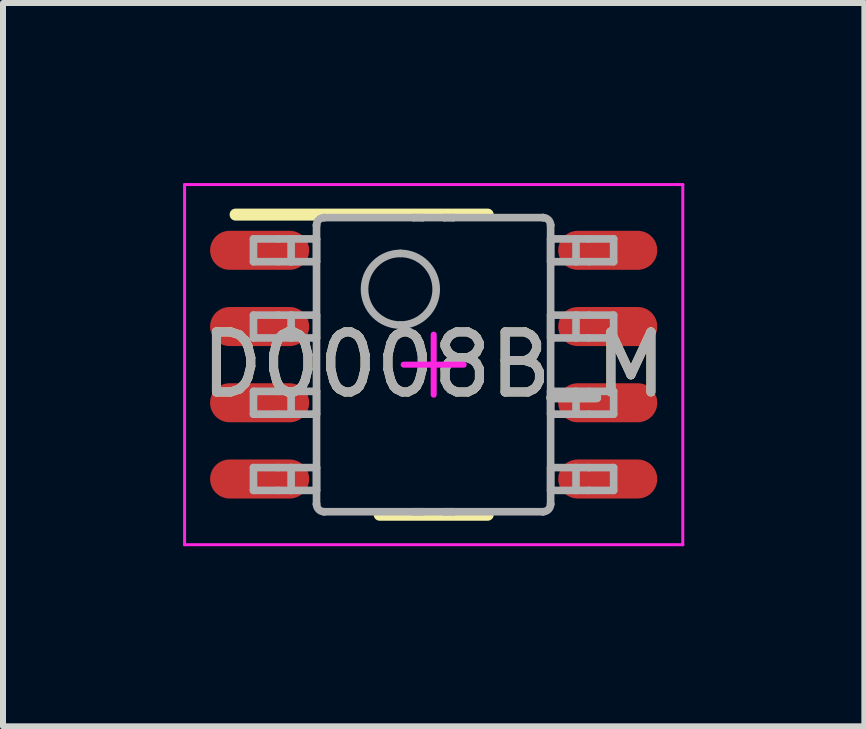
<source format=kicad_pcb>
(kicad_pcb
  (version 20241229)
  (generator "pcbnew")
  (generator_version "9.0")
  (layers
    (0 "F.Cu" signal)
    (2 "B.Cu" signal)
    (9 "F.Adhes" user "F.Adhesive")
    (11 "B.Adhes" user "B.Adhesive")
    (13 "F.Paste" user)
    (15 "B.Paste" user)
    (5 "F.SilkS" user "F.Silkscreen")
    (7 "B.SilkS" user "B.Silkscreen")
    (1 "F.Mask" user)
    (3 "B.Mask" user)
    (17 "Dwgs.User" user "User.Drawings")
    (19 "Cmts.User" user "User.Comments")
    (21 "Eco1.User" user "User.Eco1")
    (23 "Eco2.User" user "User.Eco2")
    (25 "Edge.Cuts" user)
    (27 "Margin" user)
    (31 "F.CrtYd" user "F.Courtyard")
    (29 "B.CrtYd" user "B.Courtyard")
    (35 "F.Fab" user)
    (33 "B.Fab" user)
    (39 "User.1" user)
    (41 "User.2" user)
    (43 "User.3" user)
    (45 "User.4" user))
  (footprint "D0008B_M"
    (layer "F.Cu")
    (at 4.175 3.025)
    (property "Reference" "D0008B_M" (at 0 0 0) (unlocked yes) (layer "F.SilkS") (effects (font (size 1 1) (thickness 0.15))))
    (attr smd)
    (fp_line (start -3.3 -2.5) (end 0.9 -2.5) (stroke (width 0.2) (type solid)) (layer "F.SilkS"))
    (fp_line (start -0.9 2.5) (end 0.9 2.5) (stroke (width 0.2) (type solid)) (layer "F.SilkS"))
    (fp_line (start -4.15 -3) (end 4.15 -3) (stroke (width 0.05) (type solid)) (layer "F.CrtYd"))
    (fp_line (start -4.15 3) (end -4.15 -3) (stroke (width 0.05) (type solid)) (layer "F.CrtYd"))
    (fp_line (start -4.15 3) (end 4.15 3) (stroke (width 0.05) (type solid)) (layer "F.CrtYd"))
    (fp_line (start -0.5 0) (end 0.5 0) (stroke (width 0.1) (type solid)) (layer "F.CrtYd"))
    (fp_line (start 0 0.5) (end 0 -0.5) (stroke (width 0.1) (type solid)) (layer "F.CrtYd"))
    (fp_line (start 4.15 3) (end 4.15 -3) (stroke (width 0.05) (type solid)) (layer "F.CrtYd"))
    (fp_line (start -3.002 -2.095) (end -2.589 -2.095) (stroke (width 0.127) (type solid)) (layer "F.Fab"))
    (fp_line (start -3.002 -1.715) (end -3.002 -2.095) (stroke (width 0.127) (type solid)) (layer "F.Fab"))
    (fp_line (start -3.002 -1.715) (end -2.589 -1.715) (stroke (width 0.127) (type solid)) (layer "F.Fab"))
    (fp_line (start -3.002 -0.825) (end -2.589 -0.825) (stroke (width 0.127) (type solid)) (layer "F.Fab"))
    (fp_line (start -3.002 -0.445) (end -3.002 -0.825) (stroke (width 0.127) (type solid)) (layer "F.Fab"))
    (fp_line (start -3.002 -0.445) (end -2.589 -0.445) (stroke (width 0.127) (type solid)) (layer "F.Fab"))
    (fp_line (start -3.002 0.445) (end -2.589 0.445) (stroke (width 0.127) (type solid)) (layer "F.Fab"))
    (fp_line (start -3.002 0.825) (end -3.002 0.445) (stroke (width 0.127) (type solid)) (layer "F.Fab"))
    (fp_line (start -3.002 0.825) (end -2.589 0.825) (stroke (width 0.127) (type solid)) (layer "F.Fab"))
    (fp_line (start -3.002 1.715) (end -2.589 1.715) (stroke (width 0.127) (type solid)) (layer "F.Fab"))
    (fp_line (start -3.002 2.095) (end -3.002 1.715) (stroke (width 0.127) (type solid)) (layer "F.Fab"))
    (fp_line (start -3.002 2.095) (end -2.589 2.095) (stroke (width 0.127) (type solid)) (layer "F.Fab"))
    (fp_line (start -2.589 -2.095) (end -2.375 -2.095) (stroke (width 0.127) (type solid)) (layer "F.Fab"))
    (fp_line (start -2.589 -1.715) (end -2.375 -1.715) (stroke (width 0.127) (type solid)) (layer "F.Fab"))
    (fp_line (start -2.589 -0.825) (end -2.375 -0.825) (stroke (width 0.127) (type solid)) (layer "F.Fab"))
    (fp_line (start -2.589 -0.445) (end -2.375 -0.445) (stroke (width 0.127) (type solid)) (layer "F.Fab"))
    (fp_line (start -2.589 0.445) (end -2.375 0.445) (stroke (width 0.127) (type solid)) (layer "F.Fab"))
    (fp_line (start -2.589 0.825) (end -2.375 0.825) (stroke (width 0.127) (type solid)) (layer "F.Fab"))
    (fp_line (start -2.589 1.715) (end -2.375 1.715) (stroke (width 0.127) (type solid)) (layer "F.Fab"))
    (fp_line (start -2.589 2.095) (end -2.375 2.095) (stroke (width 0.127) (type solid)) (layer "F.Fab"))
    (fp_line (start -2.375 -2.095) (end -1.995 -2.095) (stroke (width 0.127) (type solid)) (layer "F.Fab"))
    (fp_line (start -2.375 -1.715) (end -2.375 -2.095) (stroke (width 0.127) (type solid)) (layer "F.Fab"))
    (fp_line (start -2.375 -1.715) (end -1.995 -1.715) (stroke (width 0.127) (type solid)) (layer "F.Fab"))
    (fp_line (start -2.375 -0.825) (end -1.995 -0.825) (stroke (width 0.127) (type solid)) (layer "F.Fab"))
    (fp_line (start -2.375 -0.445) (end -2.375 -0.825) (stroke (width 0.127) (type solid)) (layer "F.Fab"))
    (fp_line (start -2.375 -0.445) (end -1.995 -0.445) (stroke (width 0.127) (type solid)) (layer "F.Fab"))
    (fp_line (start -2.375 0.445) (end -1.995 0.445) (stroke (width 0.127) (type solid)) (layer "F.Fab"))
    (fp_line (start -2.375 0.825) (end -2.375 0.445) (stroke (width 0.127) (type solid)) (layer "F.Fab"))
    (fp_line (start -2.375 0.825) (end -1.995 0.825) (stroke (width 0.127) (type solid)) (layer "F.Fab"))
    (fp_line (start -2.375 1.715) (end -1.995 1.715) (stroke (width 0.127) (type solid)) (layer "F.Fab"))
    (fp_line (start -2.375 2.095) (end -2.375 1.715) (stroke (width 0.127) (type solid)) (layer "F.Fab"))
    (fp_line (start -2.375 2.095) (end -1.995 2.095) (stroke (width 0.127) (type solid)) (layer "F.Fab"))
    (fp_line (start -1.995 -2.095) (end -1.952 -2.095) (stroke (width 0.127) (type solid)) (layer "F.Fab"))
    (fp_line (start -1.995 -1.715) (end -1.952 -1.715) (stroke (width 0.127) (type solid)) (layer "F.Fab"))
    (fp_line (start -1.995 -0.825) (end -1.952 -0.825) (stroke (width 0.127) (type solid)) (layer "F.Fab"))
    (fp_line (start -1.995 -0.445) (end -1.952 -0.445) (stroke (width 0.127) (type solid)) (layer "F.Fab"))
    (fp_line (start -1.995 0.445) (end -1.952 0.445) (stroke (width 0.127) (type solid)) (layer "F.Fab"))
    (fp_line (start -1.995 0.825) (end -1.952 0.825) (stroke (width 0.127) (type solid)) (layer "F.Fab"))
    (fp_line (start -1.995 1.715) (end -1.952 1.715) (stroke (width 0.127) (type solid)) (layer "F.Fab"))
    (fp_line (start -1.995 2.095) (end -1.952 2.095) (stroke (width 0.127) (type solid)) (layer "F.Fab"))
    (fp_line (start -1.952 -2.323) (end -1.952 -2.324) (stroke (width 0.127) (type solid)) (layer "F.Fab"))
    (fp_line (start -1.952 -1.715) (end -1.952 -2.095) (stroke (width 0.127) (type solid)) (layer "F.Fab"))
    (fp_line (start -1.952 -0.445) (end -1.952 -0.825) (stroke (width 0.127) (type solid)) (layer "F.Fab"))
    (fp_line (start -1.952 0.825) (end -1.952 0.445) (stroke (width 0.127) (type solid)) (layer "F.Fab"))
    (fp_line (start -1.952 2.095) (end -1.952 1.715) (stroke (width 0.127) (type solid)) (layer "F.Fab"))
    (fp_line (start -1.952 2.323) (end -1.952 -2.323) (stroke (width 0.127) (type solid)) (layer "F.Fab"))
    (fp_line (start -1.952 2.324) (end -1.952 2.323) (stroke (width 0.127) (type solid)) (layer "F.Fab"))
    (fp_line (start -1.826 -2.45) (end -1.825 -2.45) (stroke (width 0.127) (type solid)) (layer "F.Fab"))
    (fp_line (start -1.826 2.45) (end -1.825 2.45) (stroke (width 0.127) (type solid)) (layer "F.Fab"))
    (fp_line (start -1.825 -2.45) (end -0.332 -2.45) (stroke (width 0.127) (type solid)) (layer "F.Fab"))
    (fp_line (start -1.825 2.45) (end -0.332 2.45) (stroke (width 0.127) (type solid)) (layer "F.Fab"))
    (fp_line (start -0.332 -2.45) (end -0.182 -2.45) (stroke (width 0.127) (type solid)) (layer "F.Fab"))
    (fp_line (start -0.332 -2.45) (end -0.182 -2.45) (stroke (width 0.127) (type solid)) (layer "F.Fab"))
    (fp_line (start -0.332 2.45) (end -0.182 2.45) (stroke (width 0.127) (type solid)) (layer "F.Fab"))
    (fp_line (start -0.332 2.45) (end -0.182 2.45) (stroke (width 0.127) (type solid)) (layer "F.Fab"))
    (fp_line (start -0.182 -2.45) (end 0.178 -2.45) (stroke (width 0.127) (type solid)) (layer "F.Fab"))
    (fp_line (start -0.182 2.45) (end 0.178 2.45) (stroke (width 0.127) (type solid)) (layer "F.Fab"))
    (fp_line (start 0.178 -2.45) (end 0.328 -2.45) (stroke (width 0.127) (type solid)) (layer "F.Fab"))
    (fp_line (start 0.178 -2.45) (end 0.328 -2.45) (stroke (width 0.127) (type solid)) (layer "F.Fab"))
    (fp_line (start 0.178 2.45) (end 0.328 2.45) (stroke (width 0.127) (type solid)) (layer "F.Fab"))
    (fp_line (start 0.178 2.45) (end 0.328 2.45) (stroke (width 0.127) (type solid)) (layer "F.Fab"))
    (fp_line (start 0.328 -2.45) (end 1.821 -2.45) (stroke (width 0.127) (type solid)) (layer "F.Fab"))
    (fp_line (start 0.328 2.45) (end 1.821 2.45) (stroke (width 0.127) (type solid)) (layer "F.Fab"))
    (fp_line (start 1.821 -2.45) (end 1.822 -2.45) (stroke (width 0.127) (type solid)) (layer "F.Fab"))
    (fp_line (start 1.821 2.45) (end 1.822 2.45) (stroke (width 0.127) (type solid)) (layer "F.Fab"))
    (fp_line (start 1.948 -2.323) (end 1.948 -2.324) (stroke (width 0.127) (type solid)) (layer "F.Fab"))
    (fp_line (start 1.948 -2.095) (end 1.991 -2.095) (stroke (width 0.127) (type solid)) (layer "F.Fab"))
    (fp_line (start 1.948 -1.715) (end 1.948 -2.095) (stroke (width 0.127) (type solid)) (layer "F.Fab"))
    (fp_line (start 1.948 -1.715) (end 1.991 -1.715) (stroke (width 0.127) (type solid)) (layer "F.Fab"))
    (fp_line (start 1.948 -0.825) (end 1.991 -0.825) (stroke (width 0.127) (type solid)) (layer "F.Fab"))
    (fp_line (start 1.948 -0.445) (end 1.948 -0.825) (stroke (width 0.127) (type solid)) (layer "F.Fab"))
    (fp_line (start 1.948 -0.445) (end 1.991 -0.445) (stroke (width 0.127) (type solid)) (layer "F.Fab"))
    (fp_line (start 1.948 0.445) (end 1.991 0.445) (stroke (width 0.127) (type solid)) (layer "F.Fab"))
    (fp_line (start 1.948 0.825) (end 1.948 0.445) (stroke (width 0.127) (type solid)) (layer "F.Fab"))
    (fp_line (start 1.948 0.825) (end 1.991 0.825) (stroke (width 0.127) (type solid)) (layer "F.Fab"))
    (fp_line (start 1.948 1.715) (end 1.991 1.715) (stroke (width 0.127) (type solid)) (layer "F.Fab"))
    (fp_line (start 1.948 2.095) (end 1.948 1.715) (stroke (width 0.127) (type solid)) (layer "F.Fab"))
    (fp_line (start 1.948 2.095) (end 1.991 2.095) (stroke (width 0.127) (type solid)) (layer "F.Fab"))
    (fp_line (start 1.948 2.323) (end 1.948 -2.323) (stroke (width 0.127) (type solid)) (layer "F.Fab"))
    (fp_line (start 1.948 2.324) (end 1.948 2.323) (stroke (width 0.127) (type solid)) (layer "F.Fab"))
    (fp_line (start 1.991 -2.095) (end 2.371 -2.095) (stroke (width 0.127) (type solid)) (layer "F.Fab"))
    (fp_line (start 1.991 -1.715) (end 2.371 -1.715) (stroke (width 0.127) (type solid)) (layer "F.Fab"))
    (fp_line (start 1.991 -0.825) (end 2.371 -0.825) (stroke (width 0.127) (type solid)) (layer "F.Fab"))
    (fp_line (start 1.991 -0.445) (end 2.371 -0.445) (stroke (width 0.127) (type solid)) (layer "F.Fab"))
    (fp_line (start 1.991 0.445) (end 2.371 0.445) (stroke (width 0.127) (type solid)) (layer "F.Fab"))
    (fp_line (start 1.991 0.825) (end 2.371 0.825) (stroke (width 0.127) (type solid)) (layer "F.Fab"))
    (fp_line (start 1.991 1.715) (end 2.371 1.715) (stroke (width 0.127) (type solid)) (layer "F.Fab"))
    (fp_line (start 1.991 2.095) (end 2.371 2.095) (stroke (width 0.127) (type solid)) (layer "F.Fab"))
    (fp_line (start 2.371 -2.095) (end 2.585 -2.095) (stroke (width 0.127) (type solid)) (layer "F.Fab"))
    (fp_line (start 2.371 -1.715) (end 2.371 -2.095) (stroke (width 0.127) (type solid)) (layer "F.Fab"))
    (fp_line (start 2.371 -1.715) (end 2.585 -1.715) (stroke (width 0.127) (type solid)) (layer "F.Fab"))
    (fp_line (start 2.371 -0.825) (end 2.585 -0.825) (stroke (width 0.127) (type solid)) (layer "F.Fab"))
    (fp_line (start 2.371 -0.445) (end 2.371 -0.825) (stroke (width 0.127) (type solid)) (layer "F.Fab"))
    (fp_line (start 2.371 -0.445) (end 2.585 -0.445) (stroke (width 0.127) (type solid)) (layer "F.Fab"))
    (fp_line (start 2.371 0.445) (end 2.585 0.445) (stroke (width 0.127) (type solid)) (layer "F.Fab"))
    (fp_line (start 2.371 0.825) (end 2.371 0.445) (stroke (width 0.127) (type solid)) (layer "F.Fab"))
    (fp_line (start 2.371 0.825) (end 2.585 0.825) (stroke (width 0.127) (type solid)) (layer "F.Fab"))
    (fp_line (start 2.371 1.715) (end 2.585 1.715) (stroke (width 0.127) (type solid)) (layer "F.Fab"))
    (fp_line (start 2.371 2.095) (end 2.371 1.715) (stroke (width 0.127) (type solid)) (layer "F.Fab"))
    (fp_line (start 2.371 2.095) (end 2.585 2.095) (stroke (width 0.127) (type solid)) (layer "F.Fab"))
    (fp_line (start 2.585 -2.095) (end 2.998 -2.095) (stroke (width 0.127) (type solid)) (layer "F.Fab"))
    (fp_line (start 2.585 -1.715) (end 2.998 -1.715) (stroke (width 0.127) (type solid)) (layer "F.Fab"))
    (fp_line (start 2.585 -0.825) (end 2.998 -0.825) (stroke (width 0.127) (type solid)) (layer "F.Fab"))
    (fp_line (start 2.585 -0.445) (end 2.998 -0.445) (stroke (width 0.127) (type solid)) (layer "F.Fab"))
    (fp_line (start 2.585 0.445) (end 2.998 0.445) (stroke (width 0.127) (type solid)) (layer "F.Fab"))
    (fp_line (start 2.585 0.825) (end 2.998 0.825) (stroke (width 0.127) (type solid)) (layer "F.Fab"))
    (fp_line (start 2.585 1.715) (end 2.998 1.715) (stroke (width 0.127) (type solid)) (layer "F.Fab"))
    (fp_line (start 2.585 2.095) (end 2.998 2.095) (stroke (width 0.127) (type solid)) (layer "F.Fab"))
    (fp_line (start 2.998 -1.715) (end 2.998 -2.095) (stroke (width 0.127) (type solid)) (layer "F.Fab"))
    (fp_line (start 2.998 -0.445) (end 2.998 -0.825) (stroke (width 0.127) (type solid)) (layer "F.Fab"))
    (fp_line (start 2.998 0.825) (end 2.998 0.445) (stroke (width 0.127) (type solid)) (layer "F.Fab"))
    (fp_line (start 2.998 2.095) (end 2.998 1.715) (stroke (width 0.127) (type solid)) (layer "F.Fab"))
    (fp_arc (start -1.952002 -2.323941) (mid -1.914806 -2.412806) (end -1.825941 -2.450002) (stroke (width 0.127) (type solid)) (layer "F.Fab"))
    (fp_arc (start -1.825941 2.449992) (mid -1.914806 2.412796) (end -1.952002 2.323931) (stroke (width 0.127) (type solid)) (layer "F.Fab"))
    (fp_arc (start -0.555 -1.8531) (mid 0.0419 -1.2562) (end -0.555 -0.6593) (stroke (width 0.127) (type solid)) (layer "F.Fab"))
    (fp_arc (start -0.555 -0.6593) (mid -1.1519 -1.2562) (end -0.555 -1.8531) (stroke (width 0.127) (type solid)) (layer "F.Fab"))
    (fp_arc (start 1.821933 -2.450002) (mid 1.910804 -2.412809) (end 1.947994 -2.323941) (stroke (width 0.127) (type solid)) (layer "F.Fab"))
    (fp_arc (start 1.947994 2.323931) (mid 1.910801 2.4128) (end 1.821933 2.449992) (stroke (width 0.127) (type solid)) (layer "F.Fab"))
    (fp_text user "${REFERENCE}" (at 0 0 0) (unlocked yes) (layer "F.Fab") (effects (font (size 1 1) (thickness 0.15))))
    (pad "1" smd oval (at -2.9 -1.905 90) (size 0.65 1.65) (layers "F.Cu" "F.Mask" "F.Paste"))
    (pad "2" smd oval (at -2.9 -0.635 90) (size 0.65 1.65) (layers "F.Cu" "F.Mask" "F.Paste"))
    (pad "3" smd oval (at -2.9 0.635 90) (size 0.65 1.65) (layers "F.Cu" "F.Mask" "F.Paste"))
    (pad "4" smd oval (at -2.9 1.905 90) (size 0.65 1.65) (layers "F.Cu" "F.Mask" "F.Paste"))
    (pad "5" smd oval (at 2.9 1.905 90) (size 0.65 1.65) (layers "F.Cu" "F.Mask" "F.Paste"))
    (pad "6" smd oval (at 2.9 0.635 90) (size 0.65 1.65) (layers "F.Cu" "F.Mask" "F.Paste"))
    (pad "7" smd oval (at 2.9 -0.635 90) (size 0.65 1.65) (layers "F.Cu" "F.Mask" "F.Paste"))
    (pad "8" smd oval (at 2.9 -1.905 90) (size 0.65 1.65) (layers "F.Cu" "F.Mask" "F.Paste")))
  (gr_rect
    (start -3 -3)
    (end 11.35 9.05)
    (stroke (width 0.1) (type default))
    (fill no)
    (layer "Edge.Cuts")))
</source>
